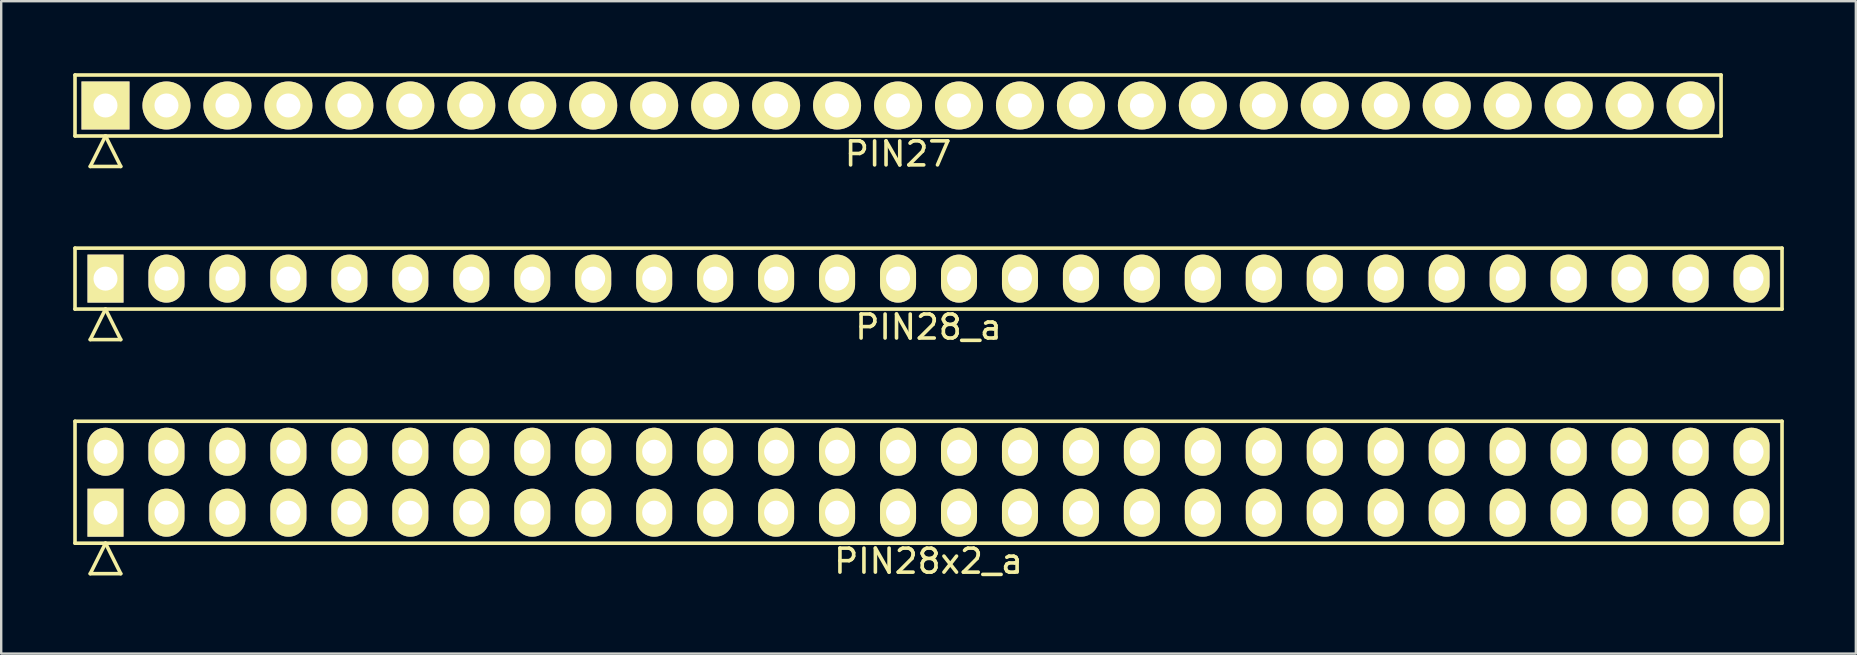
<source format=kicad_pcb>
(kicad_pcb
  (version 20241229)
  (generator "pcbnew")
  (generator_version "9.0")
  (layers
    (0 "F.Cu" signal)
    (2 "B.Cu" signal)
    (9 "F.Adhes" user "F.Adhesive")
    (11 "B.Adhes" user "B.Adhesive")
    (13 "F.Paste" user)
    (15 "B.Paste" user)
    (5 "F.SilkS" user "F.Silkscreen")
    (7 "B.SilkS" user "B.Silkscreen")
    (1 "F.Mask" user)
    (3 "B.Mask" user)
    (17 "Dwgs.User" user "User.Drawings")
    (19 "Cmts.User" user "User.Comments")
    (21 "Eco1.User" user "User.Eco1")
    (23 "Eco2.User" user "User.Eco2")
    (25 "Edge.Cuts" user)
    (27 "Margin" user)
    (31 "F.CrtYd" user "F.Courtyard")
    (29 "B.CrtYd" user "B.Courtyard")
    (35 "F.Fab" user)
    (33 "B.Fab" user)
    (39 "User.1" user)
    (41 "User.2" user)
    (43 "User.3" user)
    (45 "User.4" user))
  (footprint "PIN27"
    (layer "F.Cu")
    (at 34.365 1.345)
    (property "Reference" "PIN27" (at 0 2.02 0) (layer "F.SilkS") (effects (font (size 1 1) (thickness 0.15))))
    (attr through_hole)
    (fp_line (start -34.29 -1.27) (end -34.29 1.27) (stroke (width 0.15) (type solid)) (layer "F.SilkS"))
    (fp_line (start -34.29 1.27) (end 34.29 1.27) (stroke (width 0.15) (type solid)) (layer "F.SilkS"))
    (fp_line (start -33.655 2.54) (end -33.02 1.27) (stroke (width 0.15) (type solid)) (layer "F.SilkS"))
    (fp_line (start -33.655 2.54) (end -32.385 2.54) (stroke (width 0.15) (type solid)) (layer "F.SilkS"))
    (fp_line (start -32.385 2.54) (end -33.02 1.27) (stroke (width 0.15) (type solid)) (layer "F.SilkS"))
    (fp_line (start 34.29 -1.27) (end -34.29 -1.27) (stroke (width 0.15) (type solid)) (layer "F.SilkS"))
    (fp_line (start 34.29 1.27) (end 34.29 -1.27) (stroke (width 0.15) (type solid)) (layer "F.SilkS"))
    (pad "1" thru_hole rect (at -33.02 0) (size 2 2) (drill 1) (layers "*.Cu" "*.Mask" "F.SilkS"))
    (pad "2" thru_hole oval (at -30.48 0) (size 2 2) (drill 1) (layers "*.Cu" "*.Mask" "F.SilkS"))
    (pad "3" thru_hole oval (at -27.94 0) (size 2 2) (drill 1) (layers "*.Cu" "*.Mask" "F.SilkS"))
    (pad "4" thru_hole oval (at -25.4 0) (size 2 2) (drill 1) (layers "*.Cu" "*.Mask" "F.SilkS"))
    (pad "5" thru_hole oval (at -22.86 0) (size 2 2) (drill 1) (layers "*.Cu" "*.Mask" "F.SilkS"))
    (pad "6" thru_hole oval (at -20.32 0) (size 2 2) (drill 1) (layers "*.Cu" "*.Mask" "F.SilkS"))
    (pad "7" thru_hole oval (at -17.78 0) (size 2 2) (drill 1) (layers "*.Cu" "*.Mask" "F.SilkS"))
    (pad "8" thru_hole oval (at -15.24 0) (size 2 2) (drill 1) (layers "*.Cu" "*.Mask" "F.SilkS"))
    (pad "9" thru_hole oval (at -12.7 0) (size 2 2) (drill 1) (layers "*.Cu" "*.Mask" "F.SilkS"))
    (pad "10" thru_hole oval (at -10.16 0) (size 2 2) (drill 1) (layers "*.Cu" "*.Mask" "F.SilkS"))
    (pad "11" thru_hole oval (at -7.62 0) (size 2 2) (drill 1) (layers "*.Cu" "*.Mask" "F.SilkS"))
    (pad "12" thru_hole oval (at -5.08 0) (size 2 2) (drill 1) (layers "*.Cu" "*.Mask" "F.SilkS"))
    (pad "13" thru_hole oval (at -2.54 0) (size 2 2) (drill 1) (layers "*.Cu" "*.Mask" "F.SilkS"))
    (pad "14" thru_hole oval (at 0 0) (size 2 2) (drill 1) (layers "*.Cu" "*.Mask" "F.SilkS"))
    (pad "15" thru_hole oval (at 2.54 0) (size 2 2) (drill 1) (layers "*.Cu" "*.Mask" "F.SilkS"))
    (pad "16" thru_hole oval (at 5.08 0) (size 2 2) (drill 1) (layers "*.Cu" "*.Mask" "F.SilkS"))
    (pad "17" thru_hole oval (at 7.62 0) (size 2 2) (drill 1) (layers "*.Cu" "*.Mask" "F.SilkS"))
    (pad "18" thru_hole oval (at 10.16 0) (size 2 2) (drill 1) (layers "*.Cu" "*.Mask" "F.SilkS"))
    (pad "19" thru_hole oval (at 12.7 0) (size 2 2) (drill 1) (layers "*.Cu" "*.Mask" "F.SilkS"))
    (pad "20" thru_hole oval (at 15.24 0) (size 2 2) (drill 1) (layers "*.Cu" "*.Mask" "F.SilkS"))
    (pad "21" thru_hole oval (at 17.78 0) (size 2 2) (drill 1) (layers "*.Cu" "*.Mask" "F.SilkS"))
    (pad "22" thru_hole oval (at 20.32 0) (size 2 2) (drill 1) (layers "*.Cu" "*.Mask" "F.SilkS"))
    (pad "23" thru_hole oval (at 22.86 0) (size 2 2) (drill 1) (layers "*.Cu" "*.Mask" "F.SilkS"))
    (pad "24" thru_hole oval (at 25.4 0) (size 2 2) (drill 1) (layers "*.Cu" "*.Mask" "F.SilkS"))
    (pad "25" thru_hole oval (at 27.94 0) (size 2 2) (drill 1) (layers "*.Cu" "*.Mask" "F.SilkS"))
    (pad "26" thru_hole oval (at 30.48 0) (size 2 2) (drill 1) (layers "*.Cu" "*.Mask" "F.SilkS"))
    (pad "27" thru_hole oval (at 33.02 0) (size 2 2) (drill 1) (layers "*.Cu" "*.Mask" "F.SilkS")))
  (footprint "PIN28_a"
    (layer "F.Cu")
    (at 35.635 8.558)
    (property "Reference" "PIN28_a" (at 0 2.02 0) (layer "F.SilkS") (effects (font (size 1 1) (thickness 0.15))))
    (attr through_hole)
    (fp_line (start -35.56 -1.27) (end -35.56 1.27) (stroke (width 0.15) (type solid)) (layer "F.SilkS"))
    (fp_line (start -35.56 1.27) (end 35.56 1.27) (stroke (width 0.15) (type solid)) (layer "F.SilkS"))
    (fp_line (start -34.925 2.54) (end -34.29 1.27) (stroke (width 0.15) (type solid)) (layer "F.SilkS"))
    (fp_line (start -34.925 2.54) (end -33.655 2.54) (stroke (width 0.15) (type solid)) (layer "F.SilkS"))
    (fp_line (start -33.655 2.54) (end -34.29 1.27) (stroke (width 0.15) (type solid)) (layer "F.SilkS"))
    (fp_line (start 35.56 -1.27) (end -35.56 -1.27) (stroke (width 0.15) (type solid)) (layer "F.SilkS"))
    (fp_line (start 35.56 1.27) (end 35.56 -1.27) (stroke (width 0.15) (type solid)) (layer "F.SilkS"))
    (pad "1" thru_hole rect (at -34.29 0) (size 1.5 2) (drill 1) (layers "*.Cu" "*.Mask" "F.SilkS"))
    (pad "2" thru_hole oval (at -31.75 0) (size 1.5 2) (drill 1) (layers "*.Cu" "*.Mask" "F.SilkS"))
    (pad "3" thru_hole oval (at -29.21 0) (size 1.5 2) (drill 1) (layers "*.Cu" "*.Mask" "F.SilkS"))
    (pad "4" thru_hole oval (at -26.67 0) (size 1.5 2) (drill 1) (layers "*.Cu" "*.Mask" "F.SilkS"))
    (pad "5" thru_hole oval (at -24.13 0) (size 1.5 2) (drill 1) (layers "*.Cu" "*.Mask" "F.SilkS"))
    (pad "6" thru_hole oval (at -21.59 0) (size 1.5 2) (drill 1) (layers "*.Cu" "*.Mask" "F.SilkS"))
    (pad "7" thru_hole oval (at -19.05 0) (size 1.5 2) (drill 1) (layers "*.Cu" "*.Mask" "F.SilkS"))
    (pad "8" thru_hole oval (at -16.51 0) (size 1.5 2) (drill 1) (layers "*.Cu" "*.Mask" "F.SilkS"))
    (pad "9" thru_hole oval (at -13.97 0) (size 1.5 2) (drill 1) (layers "*.Cu" "*.Mask" "F.SilkS"))
    (pad "10" thru_hole oval (at -11.43 0) (size 1.5 2) (drill 1) (layers "*.Cu" "*.Mask" "F.SilkS"))
    (pad "11" thru_hole oval (at -8.89 0) (size 1.5 2) (drill 1) (layers "*.Cu" "*.Mask" "F.SilkS"))
    (pad "12" thru_hole oval (at -6.35 0) (size 1.5 2) (drill 1) (layers "*.Cu" "*.Mask" "F.SilkS"))
    (pad "13" thru_hole oval (at -3.81 0) (size 1.5 2) (drill 1) (layers "*.Cu" "*.Mask" "F.SilkS"))
    (pad "14" thru_hole oval (at -1.27 0) (size 1.5 2) (drill 1) (layers "*.Cu" "*.Mask" "F.SilkS"))
    (pad "15" thru_hole oval (at 1.27 0) (size 1.5 2) (drill 1) (layers "*.Cu" "*.Mask" "F.SilkS"))
    (pad "16" thru_hole oval (at 3.81 0) (size 1.5 2) (drill 1) (layers "*.Cu" "*.Mask" "F.SilkS"))
    (pad "17" thru_hole oval (at 6.35 0) (size 1.5 2) (drill 1) (layers "*.Cu" "*.Mask" "F.SilkS"))
    (pad "18" thru_hole oval (at 8.89 0) (size 1.5 2) (drill 1) (layers "*.Cu" "*.Mask" "F.SilkS"))
    (pad "19" thru_hole oval (at 11.43 0) (size 1.5 2) (drill 1) (layers "*.Cu" "*.Mask" "F.SilkS"))
    (pad "20" thru_hole oval (at 13.97 0) (size 1.5 2) (drill 1) (layers "*.Cu" "*.Mask" "F.SilkS"))
    (pad "21" thru_hole oval (at 16.51 0) (size 1.5 2) (drill 1) (layers "*.Cu" "*.Mask" "F.SilkS"))
    (pad "22" thru_hole oval (at 19.05 0) (size 1.5 2) (drill 1) (layers "*.Cu" "*.Mask" "F.SilkS"))
    (pad "23" thru_hole oval (at 21.59 0) (size 1.5 2) (drill 1) (layers "*.Cu" "*.Mask" "F.SilkS"))
    (pad "24" thru_hole oval (at 24.13 0) (size 1.5 2) (drill 1) (layers "*.Cu" "*.Mask" "F.SilkS"))
    (pad "25" thru_hole oval (at 26.67 0) (size 1.5 2) (drill 1) (layers "*.Cu" "*.Mask" "F.SilkS"))
    (pad "26" thru_hole oval (at 29.21 0) (size 1.5 2) (drill 1) (layers "*.Cu" "*.Mask" "F.SilkS"))
    (pad "27" thru_hole oval (at 31.75 0) (size 1.5 2) (drill 1) (layers "*.Cu" "*.Mask" "F.SilkS"))
    (pad "28" thru_hole oval (at 34.29 0) (size 1.5 2) (drill 1) (layers "*.Cu" "*.Mask" "F.SilkS")))
  (footprint "PIN28x2_a"
    (layer "F.Cu")
    (at 35.635 17.041)
    (property "Reference" "PIN28x2_a" (at 0 3.29 0) (layer "F.SilkS") (effects (font (size 1 1) (thickness 0.15))))
    (attr through_hole)
    (fp_line (start -35.56 -2.54) (end -35.56 2.54) (stroke (width 0.15) (type solid)) (layer "F.SilkS"))
    (fp_line (start -35.56 2.54) (end 35.56 2.54) (stroke (width 0.15) (type solid)) (layer "F.SilkS"))
    (fp_line (start -34.925 3.81) (end -34.29 2.54) (stroke (width 0.15) (type solid)) (layer "F.SilkS"))
    (fp_line (start -34.925 3.81) (end -33.655 3.81) (stroke (width 0.15) (type solid)) (layer "F.SilkS"))
    (fp_line (start -33.655 3.81) (end -34.29 2.54) (stroke (width 0.15) (type solid)) (layer "F.SilkS"))
    (fp_line (start 35.56 -2.54) (end -35.56 -2.54) (stroke (width 0.15) (type solid)) (layer "F.SilkS"))
    (fp_line (start 35.56 2.54) (end 35.56 -2.54) (stroke (width 0.15) (type solid)) (layer "F.SilkS"))
    (pad "1" thru_hole rect (at -34.29 1.27) (size 1.5 2) (drill 1) (layers "*.Cu" "*.Mask" "F.SilkS"))
    (pad "2" thru_hole oval (at -34.29 -1.27) (size 1.5 2) (drill 1) (layers "*.Cu" "*.Mask" "F.SilkS"))
    (pad "3" thru_hole oval (at -31.75 1.27) (size 1.5 2) (drill 1) (layers "*.Cu" "*.Mask" "F.SilkS"))
    (pad "4" thru_hole oval (at -31.75 -1.27) (size 1.5 2) (drill 1) (layers "*.Cu" "*.Mask" "F.SilkS"))
    (pad "5" thru_hole oval (at -29.21 1.27) (size 1.5 2) (drill 1) (layers "*.Cu" "*.Mask" "F.SilkS"))
    (pad "6" thru_hole oval (at -29.21 -1.27) (size 1.5 2) (drill 1) (layers "*.Cu" "*.Mask" "F.SilkS"))
    (pad "7" thru_hole oval (at -26.67 1.27) (size 1.5 2) (drill 1) (layers "*.Cu" "*.Mask" "F.SilkS"))
    (pad "8" thru_hole oval (at -26.67 -1.27) (size 1.5 2) (drill 1) (layers "*.Cu" "*.Mask" "F.SilkS"))
    (pad "9" thru_hole oval (at -24.13 1.27) (size 1.5 2) (drill 1) (layers "*.Cu" "*.Mask" "F.SilkS"))
    (pad "10" thru_hole oval (at -24.13 -1.27) (size 1.5 2) (drill 1) (layers "*.Cu" "*.Mask" "F.SilkS"))
    (pad "11" thru_hole oval (at -21.59 1.27) (size 1.5 2) (drill 1) (layers "*.Cu" "*.Mask" "F.SilkS"))
    (pad "12" thru_hole oval (at -21.59 -1.27) (size 1.5 2) (drill 1) (layers "*.Cu" "*.Mask" "F.SilkS"))
    (pad "13" thru_hole oval (at -19.05 1.27) (size 1.5 2) (drill 1) (layers "*.Cu" "*.Mask" "F.SilkS"))
    (pad "14" thru_hole oval (at -19.05 -1.27) (size 1.5 2) (drill 1) (layers "*.Cu" "*.Mask" "F.SilkS"))
    (pad "15" thru_hole oval (at -16.51 1.27) (size 1.5 2) (drill 1) (layers "*.Cu" "*.Mask" "F.SilkS"))
    (pad "16" thru_hole oval (at -16.51 -1.27) (size 1.5 2) (drill 1) (layers "*.Cu" "*.Mask" "F.SilkS"))
    (pad "17" thru_hole oval (at -13.97 1.27) (size 1.5 2) (drill 1) (layers "*.Cu" "*.Mask" "F.SilkS"))
    (pad "18" thru_hole oval (at -13.97 -1.27) (size 1.5 2) (drill 1) (layers "*.Cu" "*.Mask" "F.SilkS"))
    (pad "19" thru_hole oval (at -11.43 1.27) (size 1.5 2) (drill 1) (layers "*.Cu" "*.Mask" "F.SilkS"))
    (pad "20" thru_hole oval (at -11.43 -1.27) (size 1.5 2) (drill 1) (layers "*.Cu" "*.Mask" "F.SilkS"))
    (pad "21" thru_hole oval (at -8.89 1.27) (size 1.5 2) (drill 1) (layers "*.Cu" "*.Mask" "F.SilkS"))
    (pad "22" thru_hole oval (at -8.89 -1.27) (size 1.5 2) (drill 1) (layers "*.Cu" "*.Mask" "F.SilkS"))
    (pad "23" thru_hole oval (at -6.35 1.27) (size 1.5 2) (drill 1) (layers "*.Cu" "*.Mask" "F.SilkS"))
    (pad "24" thru_hole oval (at -6.35 -1.27) (size 1.5 2) (drill 1) (layers "*.Cu" "*.Mask" "F.SilkS"))
    (pad "25" thru_hole oval (at -3.81 1.27) (size 1.5 2) (drill 1) (layers "*.Cu" "*.Mask" "F.SilkS"))
    (pad "26" thru_hole oval (at -3.81 -1.27) (size 1.5 2) (drill 1) (layers "*.Cu" "*.Mask" "F.SilkS"))
    (pad "27" thru_hole oval (at -1.27 1.27) (size 1.5 2) (drill 1) (layers "*.Cu" "*.Mask" "F.SilkS"))
    (pad "28" thru_hole oval (at -1.27 -1.27) (size 1.5 2) (drill 1) (layers "*.Cu" "*.Mask" "F.SilkS"))
    (pad "29" thru_hole oval (at 1.27 1.27) (size 1.5 2) (drill 1) (layers "*.Cu" "*.Mask" "F.SilkS"))
    (pad "30" thru_hole oval (at 1.27 -1.27) (size 1.5 2) (drill 1) (layers "*.Cu" "*.Mask" "F.SilkS"))
    (pad "31" thru_hole oval (at 3.81 1.27) (size 1.5 2) (drill 1) (layers "*.Cu" "*.Mask" "F.SilkS"))
    (pad "32" thru_hole oval (at 3.81 -1.27) (size 1.5 2) (drill 1) (layers "*.Cu" "*.Mask" "F.SilkS"))
    (pad "33" thru_hole oval (at 6.35 1.27) (size 1.5 2) (drill 1) (layers "*.Cu" "*.Mask" "F.SilkS"))
    (pad "34" thru_hole oval (at 6.35 -1.27) (size 1.5 2) (drill 1) (layers "*.Cu" "*.Mask" "F.SilkS"))
    (pad "35" thru_hole oval (at 8.89 1.27) (size 1.5 2) (drill 1) (layers "*.Cu" "*.Mask" "F.SilkS"))
    (pad "36" thru_hole oval (at 8.89 -1.27) (size 1.5 2) (drill 1) (layers "*.Cu" "*.Mask" "F.SilkS"))
    (pad "37" thru_hole oval (at 11.43 1.27) (size 1.5 2) (drill 1) (layers "*.Cu" "*.Mask" "F.SilkS"))
    (pad "38" thru_hole oval (at 11.43 -1.27) (size 1.5 2) (drill 1) (layers "*.Cu" "*.Mask" "F.SilkS"))
    (pad "39" thru_hole oval (at 13.97 1.27) (size 1.5 2) (drill 1) (layers "*.Cu" "*.Mask" "F.SilkS"))
    (pad "40" thru_hole oval (at 13.97 -1.27) (size 1.5 2) (drill 1) (layers "*.Cu" "*.Mask" "F.SilkS"))
    (pad "41" thru_hole oval (at 16.51 1.27) (size 1.5 2) (drill 1) (layers "*.Cu" "*.Mask" "F.SilkS"))
    (pad "42" thru_hole oval (at 16.51 -1.27) (size 1.5 2) (drill 1) (layers "*.Cu" "*.Mask" "F.SilkS"))
    (pad "43" thru_hole oval (at 19.05 1.27) (size 1.5 2) (drill 1) (layers "*.Cu" "*.Mask" "F.SilkS"))
    (pad "44" thru_hole oval (at 19.05 -1.27) (size 1.5 2) (drill 1) (layers "*.Cu" "*.Mask" "F.SilkS"))
    (pad "45" thru_hole oval (at 21.59 1.27) (size 1.5 2) (drill 1) (layers "*.Cu" "*.Mask" "F.SilkS"))
    (pad "46" thru_hole oval (at 21.59 -1.27) (size 1.5 2) (drill 1) (layers "*.Cu" "*.Mask" "F.SilkS"))
    (pad "47" thru_hole oval (at 24.13 1.27) (size 1.5 2) (drill 1) (layers "*.Cu" "*.Mask" "F.SilkS"))
    (pad "48" thru_hole oval (at 24.13 -1.27) (size 1.5 2) (drill 1) (layers "*.Cu" "*.Mask" "F.SilkS"))
    (pad "49" thru_hole oval (at 26.67 1.27) (size 1.5 2) (drill 1) (layers "*.Cu" "*.Mask" "F.SilkS"))
    (pad "50" thru_hole oval (at 26.67 -1.27) (size 1.5 2) (drill 1) (layers "*.Cu" "*.Mask" "F.SilkS"))
    (pad "51" thru_hole oval (at 29.21 1.27) (size 1.5 2) (drill 1) (layers "*.Cu" "*.Mask" "F.SilkS"))
    (pad "52" thru_hole oval (at 29.21 -1.27) (size 1.5 2) (drill 1) (layers "*.Cu" "*.Mask" "F.SilkS"))
    (pad "53" thru_hole oval (at 31.75 1.27) (size 1.5 2) (drill 1) (layers "*.Cu" "*.Mask" "F.SilkS"))
    (pad "54" thru_hole oval (at 31.75 -1.27) (size 1.5 2) (drill 1) (layers "*.Cu" "*.Mask" "F.SilkS"))
    (pad "55" thru_hole oval (at 34.29 1.27) (size 1.5 2) (drill 1) (layers "*.Cu" "*.Mask" "F.SilkS"))
    (pad "56" thru_hole oval (at 34.29 -1.27) (size 1.5 2) (drill 1) (layers "*.Cu" "*.Mask" "F.SilkS")))
  (gr_rect
    (start -3 -3)
    (end 74.27 24.18)
    (stroke (width 0.1) (type default))
    (fill no)
    (layer "Edge.Cuts")))
</source>
